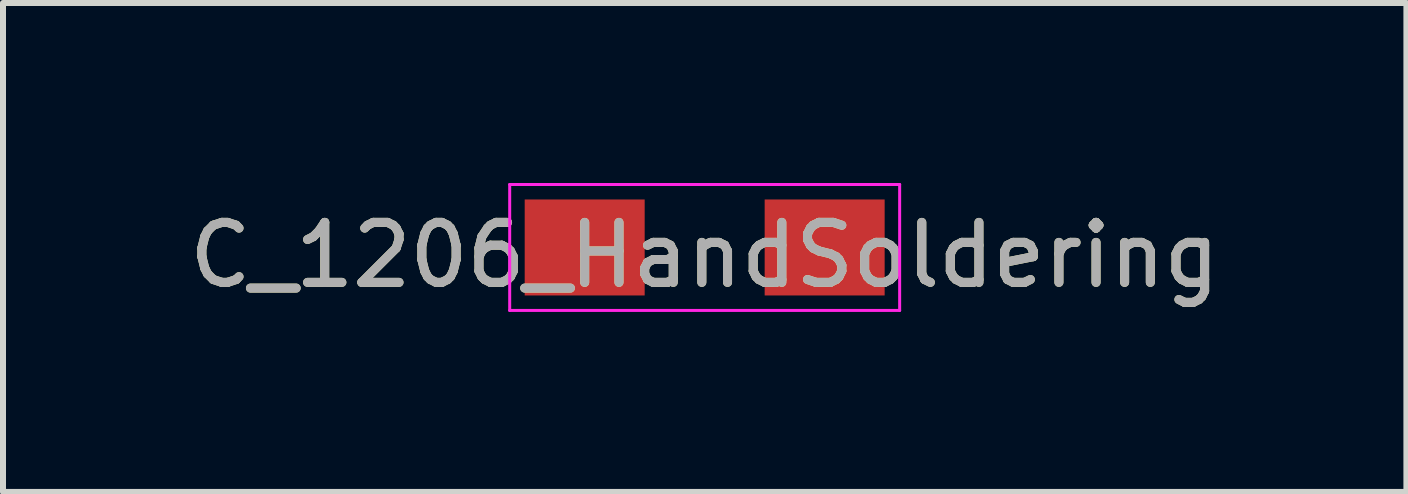
<source format=kicad_pcb>
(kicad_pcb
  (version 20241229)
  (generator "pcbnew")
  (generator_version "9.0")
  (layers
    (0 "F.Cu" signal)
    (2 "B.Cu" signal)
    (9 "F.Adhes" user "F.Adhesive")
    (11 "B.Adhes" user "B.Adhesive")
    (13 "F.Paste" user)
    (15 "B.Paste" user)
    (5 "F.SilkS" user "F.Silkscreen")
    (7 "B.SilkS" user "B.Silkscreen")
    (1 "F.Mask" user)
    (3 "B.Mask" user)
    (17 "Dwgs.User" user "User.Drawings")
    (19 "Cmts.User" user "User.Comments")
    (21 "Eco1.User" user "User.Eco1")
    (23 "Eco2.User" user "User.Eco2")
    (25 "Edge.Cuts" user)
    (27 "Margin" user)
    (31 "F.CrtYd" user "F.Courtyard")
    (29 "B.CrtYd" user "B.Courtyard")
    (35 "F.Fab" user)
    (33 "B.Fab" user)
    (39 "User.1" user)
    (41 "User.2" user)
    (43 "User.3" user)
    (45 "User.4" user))
  (footprint "C_1206_HandSoldering"
    (layer "F.Cu")
    (at 8.696 1.075)
    (property "Reference" "C_1206_HandSoldering" (at 0 0.127 0) (layer "F.SilkS") (effects (font (size 1 1) (thickness 0.15))))
    (attr smd)
    (fp_line (start -3.25 -1.05) (end -3.25 1.05) (stroke (width 0.05) (type solid)) (layer "F.CrtYd"))
    (fp_line (start -3.25 -1.05) (end 3.25 -1.05) (stroke (width 0.05) (type solid)) (layer "F.CrtYd"))
    (fp_line (start 3.25 1.05) (end -3.25 1.05) (stroke (width 0.05) (type solid)) (layer "F.CrtYd"))
    (fp_line (start 3.25 1.05) (end 3.25 -1.05) (stroke (width 0.05) (type solid)) (layer "F.CrtYd"))
    (fp_text user "${REFERENCE}" (at 0 0.127 0) (layer "F.Fab") (effects (font (size 1 1) (thickness 0.15))))
    (pad "1" smd rect (at -2 0) (size 2 1.6) (layers "F.Cu" "F.Mask" "F.Paste"))
    (pad "2" smd rect (at 2 0) (size 2 1.6) (layers "F.Cu" "F.Mask" "F.Paste")))
  (gr_rect
    (start -3 -3)
    (end 20.393 5.15)
    (stroke (width 0.1) (type default))
    (fill no)
    (layer "Edge.Cuts")))
</source>
